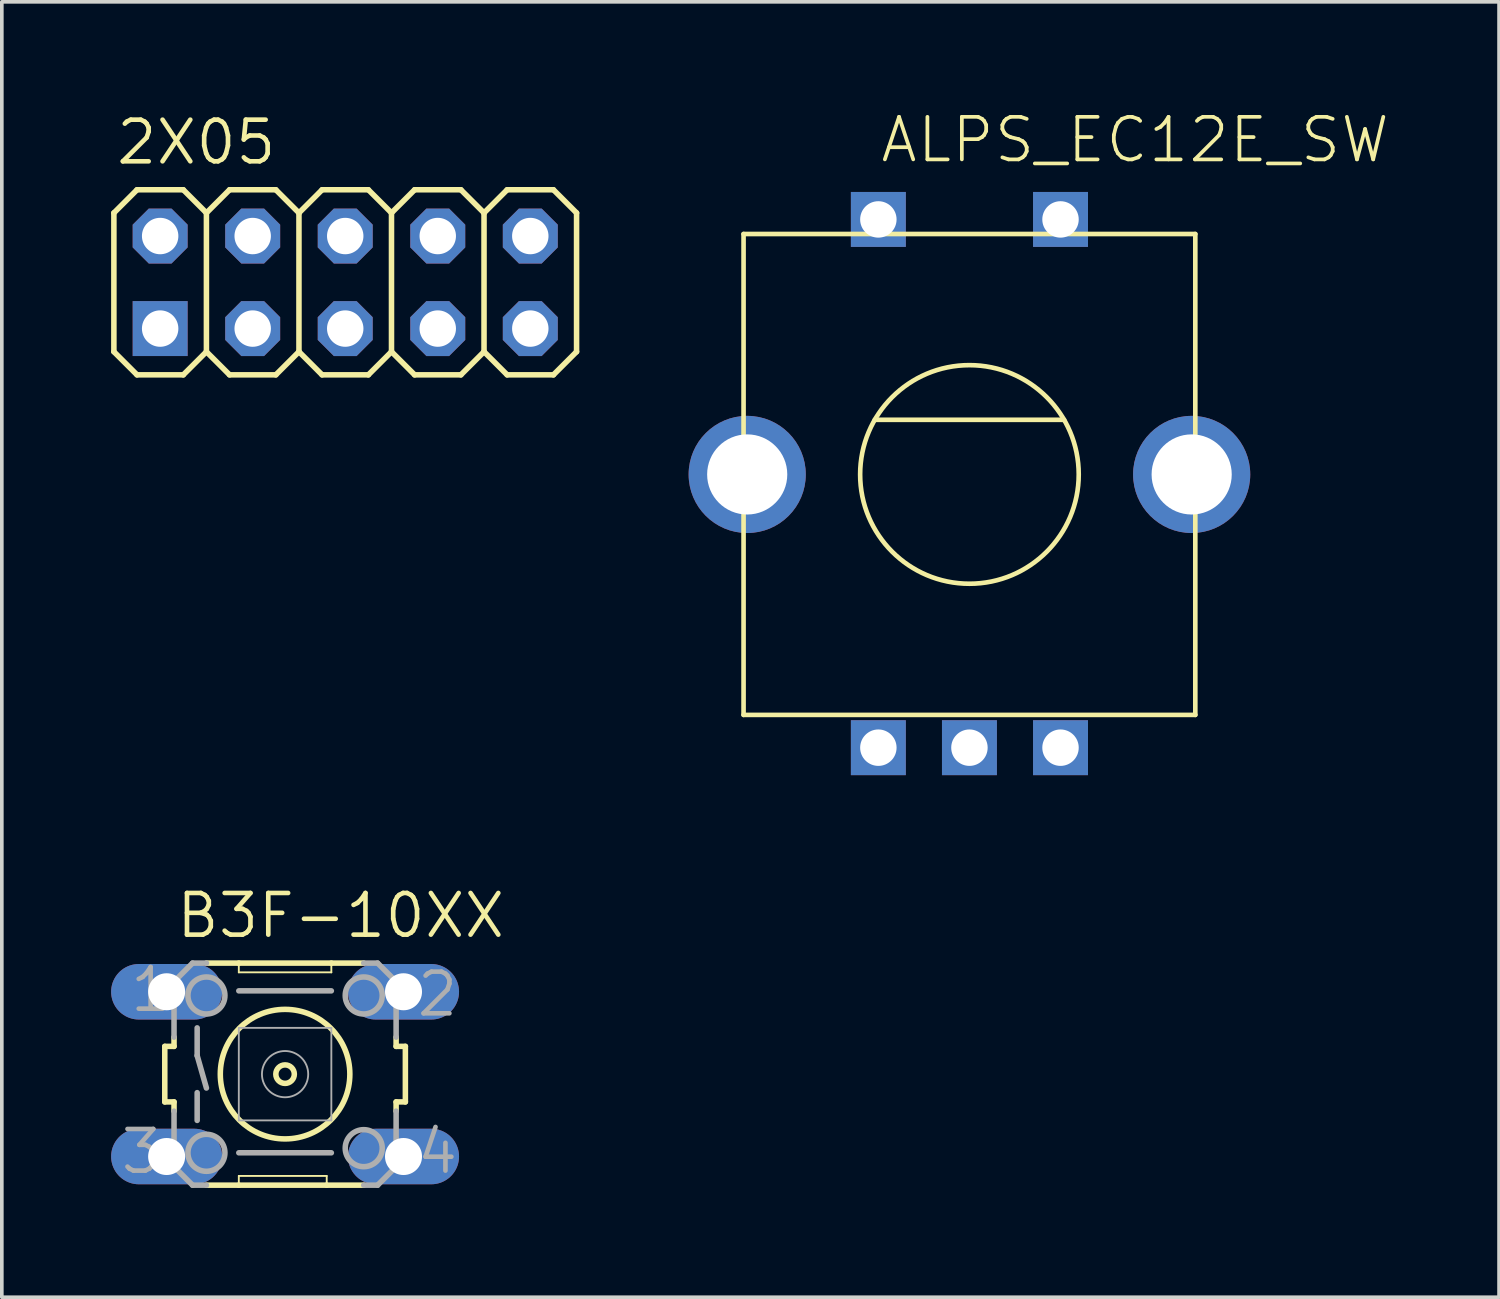
<source format=kicad_pcb>
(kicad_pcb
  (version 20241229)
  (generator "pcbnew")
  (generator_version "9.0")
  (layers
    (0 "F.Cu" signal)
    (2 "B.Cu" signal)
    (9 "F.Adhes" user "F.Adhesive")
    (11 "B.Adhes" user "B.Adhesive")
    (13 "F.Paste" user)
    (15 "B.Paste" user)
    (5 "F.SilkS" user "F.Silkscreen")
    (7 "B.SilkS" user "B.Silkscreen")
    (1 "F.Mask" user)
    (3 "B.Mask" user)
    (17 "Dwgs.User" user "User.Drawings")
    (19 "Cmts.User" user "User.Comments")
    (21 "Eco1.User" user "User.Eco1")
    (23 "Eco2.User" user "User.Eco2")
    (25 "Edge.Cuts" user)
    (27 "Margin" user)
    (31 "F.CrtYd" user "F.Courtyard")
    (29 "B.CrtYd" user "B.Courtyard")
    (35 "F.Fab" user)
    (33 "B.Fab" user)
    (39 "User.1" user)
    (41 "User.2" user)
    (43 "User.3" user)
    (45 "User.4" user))
  (footprint "2X05"
    (layer "F.Cu")
    (at 6.426 4.699)
    (property "Reference" "2X05" (at -6.35 -3.175 0) (layer "F.SilkS") (effects (font (size 1.143 1.143) (thickness 0.127)) (justify left bottom)))
    (fp_line (start -6.35 -1.905) (end -5.715 -2.54) (stroke (width 0.152) (type solid)) (layer "F.SilkS"))
    (fp_line (start -6.35 1.905) (end -6.35 -1.905) (stroke (width 0.152) (type solid)) (layer "F.SilkS"))
    (fp_line (start -6.35 1.905) (end -5.715 2.54) (stroke (width 0.152) (type solid)) (layer "F.SilkS"))
    (fp_line (start -5.715 -2.54) (end -4.445 -2.54) (stroke (width 0.152) (type solid)) (layer "F.SilkS"))
    (fp_line (start -5.715 2.54) (end -4.445 2.54) (stroke (width 0.152) (type solid)) (layer "F.SilkS"))
    (fp_line (start -4.445 -2.54) (end -3.81 -1.905) (stroke (width 0.152) (type solid)) (layer "F.SilkS"))
    (fp_line (start -4.445 2.54) (end -3.81 1.905) (stroke (width 0.152) (type solid)) (layer "F.SilkS"))
    (fp_line (start -3.81 -1.905) (end -3.81 1.905) (stroke (width 0.152) (type solid)) (layer "F.SilkS"))
    (fp_line (start -3.81 -1.905) (end -3.175 -2.54) (stroke (width 0.152) (type solid)) (layer "F.SilkS"))
    (fp_line (start -3.81 1.905) (end -3.175 2.54) (stroke (width 0.152) (type solid)) (layer "F.SilkS"))
    (fp_line (start -3.175 -2.54) (end -1.905 -2.54) (stroke (width 0.152) (type solid)) (layer "F.SilkS"))
    (fp_line (start -3.175 2.54) (end -1.905 2.54) (stroke (width 0.152) (type solid)) (layer "F.SilkS"))
    (fp_line (start -1.905 -2.54) (end -1.27 -1.905) (stroke (width 0.152) (type solid)) (layer "F.SilkS"))
    (fp_line (start -1.905 2.54) (end -1.27 1.905) (stroke (width 0.152) (type solid)) (layer "F.SilkS"))
    (fp_line (start -1.27 -1.905) (end -1.27 1.905) (stroke (width 0.152) (type solid)) (layer "F.SilkS"))
    (fp_line (start -1.27 -1.905) (end -0.635 -2.54) (stroke (width 0.152) (type solid)) (layer "F.SilkS"))
    (fp_line (start -1.27 1.905) (end -0.635 2.54) (stroke (width 0.152) (type solid)) (layer "F.SilkS"))
    (fp_line (start -0.635 -2.54) (end 0.635 -2.54) (stroke (width 0.152) (type solid)) (layer "F.SilkS"))
    (fp_line (start -0.635 2.54) (end 0.635 2.54) (stroke (width 0.152) (type solid)) (layer "F.SilkS"))
    (fp_line (start 0.635 -2.54) (end 1.27 -1.905) (stroke (width 0.152) (type solid)) (layer "F.SilkS"))
    (fp_line (start 0.635 2.54) (end 1.27 1.905) (stroke (width 0.152) (type solid)) (layer "F.SilkS"))
    (fp_line (start 1.27 -1.905) (end 1.27 1.905) (stroke (width 0.152) (type solid)) (layer "F.SilkS"))
    (fp_line (start 1.27 -1.905) (end 1.905 -2.54) (stroke (width 0.152) (type solid)) (layer "F.SilkS"))
    (fp_line (start 1.27 1.905) (end 1.905 2.54) (stroke (width 0.152) (type solid)) (layer "F.SilkS"))
    (fp_line (start 1.905 -2.54) (end 3.175 -2.54) (stroke (width 0.152) (type solid)) (layer "F.SilkS"))
    (fp_line (start 1.905 2.54) (end 3.175 2.54) (stroke (width 0.152) (type solid)) (layer "F.SilkS"))
    (fp_line (start 3.175 -2.54) (end 3.81 -1.905) (stroke (width 0.152) (type solid)) (layer "F.SilkS"))
    (fp_line (start 3.175 2.54) (end 3.81 1.905) (stroke (width 0.152) (type solid)) (layer "F.SilkS"))
    (fp_line (start 3.81 -1.905) (end 3.81 1.905) (stroke (width 0.152) (type solid)) (layer "F.SilkS"))
    (fp_line (start 3.81 -1.905) (end 4.445 -2.54) (stroke (width 0.152) (type solid)) (layer "F.SilkS"))
    (fp_line (start 3.81 1.905) (end 4.445 2.54) (stroke (width 0.152) (type solid)) (layer "F.SilkS"))
    (fp_line (start 4.445 -2.54) (end 5.715 -2.54) (stroke (width 0.152) (type solid)) (layer "F.SilkS"))
    (fp_line (start 4.445 2.54) (end 5.715 2.54) (stroke (width 0.152) (type solid)) (layer "F.SilkS"))
    (fp_line (start 5.715 -2.54) (end 6.35 -1.905) (stroke (width 0.152) (type solid)) (layer "F.SilkS"))
    (fp_line (start 5.715 2.54) (end 6.35 1.905) (stroke (width 0.152) (type solid)) (layer "F.SilkS"))
    (fp_line (start 6.35 -1.905) (end 6.35 1.905) (stroke (width 0.152) (type solid)) (layer "F.SilkS"))
    (fp_poly (pts (xy -5.334 -1.016) (xy -4.826 -1.016) (xy -4.826 -1.524) (xy -5.334 -1.524)) (stroke (width 0.1) (type default)) (fill no) (layer "F.Fab"))
    (fp_poly (pts (xy -5.334 1.524) (xy -4.826 1.524) (xy -4.826 1.016) (xy -5.334 1.016)) (stroke (width 0.1) (type default)) (fill no) (layer "F.Fab"))
    (fp_poly (pts (xy -2.794 -1.016) (xy -2.286 -1.016) (xy -2.286 -1.524) (xy -2.794 -1.524)) (stroke (width 0.1) (type default)) (fill no) (layer "F.Fab"))
    (fp_poly (pts (xy -2.794 1.524) (xy -2.286 1.524) (xy -2.286 1.016) (xy -2.794 1.016)) (stroke (width 0.1) (type default)) (fill no) (layer "F.Fab"))
    (fp_poly (pts (xy -0.254 -1.016) (xy 0.254 -1.016) (xy 0.254 -1.524) (xy -0.254 -1.524)) (stroke (width 0.1) (type default)) (fill no) (layer "F.Fab"))
    (fp_poly (pts (xy -0.254 1.524) (xy 0.254 1.524) (xy 0.254 1.016) (xy -0.254 1.016)) (stroke (width 0.1) (type default)) (fill no) (layer "F.Fab"))
    (fp_poly (pts (xy 2.286 -1.016) (xy 2.794 -1.016) (xy 2.794 -1.524) (xy 2.286 -1.524)) (stroke (width 0.1) (type default)) (fill no) (layer "F.Fab"))
    (fp_poly (pts (xy 2.286 1.524) (xy 2.794 1.524) (xy 2.794 1.016) (xy 2.286 1.016)) (stroke (width 0.1) (type default)) (fill no) (layer "F.Fab"))
    (fp_poly (pts (xy 4.826 -1.016) (xy 5.334 -1.016) (xy 5.334 -1.524) (xy 4.826 -1.524)) (stroke (width 0.1) (type default)) (fill no) (layer "F.Fab"))
    (fp_poly (pts (xy 4.826 1.524) (xy 5.334 1.524) (xy 5.334 1.016) (xy 4.826 1.016)) (stroke (width 0.1) (type default)) (fill no) (layer "F.Fab"))
    (pad "1" thru_hole rect (at -5.08 1.27) (size 1.508 1.508) (drill 1) (layers "*.Cu" "*.Mask"))
    (pad "2" thru_hole roundrect (at -5.08 -1.27) (size 1.508 1.508) (drill 1) (layers "*.Cu" "*.Mask") (roundrect_rratio 0.25) (chamfer_ratio 0.293) (chamfer top_left top_right bottom_left bottom_right))
    (pad "3" thru_hole roundrect (at -2.54 1.27) (size 1.508 1.508) (drill 1) (layers "*.Cu" "*.Mask") (roundrect_rratio 0.25) (chamfer_ratio 0.293) (chamfer top_left top_right bottom_left bottom_right))
    (pad "4" thru_hole roundrect (at -2.54 -1.27) (size 1.508 1.508) (drill 1) (layers "*.Cu" "*.Mask") (roundrect_rratio 0.25) (chamfer_ratio 0.293) (chamfer top_left top_right bottom_left bottom_right))
    (pad "5" thru_hole roundrect (at 0 1.27) (size 1.508 1.508) (drill 1) (layers "*.Cu" "*.Mask") (roundrect_rratio 0.25) (chamfer_ratio 0.293) (chamfer top_left top_right bottom_left bottom_right))
    (pad "6" thru_hole roundrect (at 0 -1.27) (size 1.508 1.508) (drill 1) (layers "*.Cu" "*.Mask") (roundrect_rratio 0.25) (chamfer_ratio 0.293) (chamfer top_left top_right bottom_left bottom_right))
    (pad "7" thru_hole roundrect (at 2.54 1.27) (size 1.508 1.508) (drill 1) (layers "*.Cu" "*.Mask") (roundrect_rratio 0.25) (chamfer_ratio 0.293) (chamfer top_left top_right bottom_left bottom_right))
    (pad "8" thru_hole roundrect (at 2.54 -1.27) (size 1.508 1.508) (drill 1) (layers "*.Cu" "*.Mask") (roundrect_rratio 0.25) (chamfer_ratio 0.293) (chamfer top_left top_right bottom_left bottom_right))
    (pad "9" thru_hole roundrect (at 5.08 1.27) (size 1.508 1.508) (drill 1) (layers "*.Cu" "*.Mask") (roundrect_rratio 0.25) (chamfer_ratio 0.293) (chamfer top_left top_right bottom_left bottom_right))
    (pad "10" thru_hole roundrect (at 5.08 -1.27) (size 1.508 1.508) (drill 1) (layers "*.Cu" "*.Mask") (roundrect_rratio 0.25) (chamfer_ratio 0.293) (chamfer top_left top_right bottom_left bottom_right)))
  (footprint "B3F-10XX"
    (layer "F.Cu")
    (at 4.775 26.434)
    (property "Reference" "B3F-10XX" (at -3.048 -3.683 0) (layer "F.SilkS") (effects (font (size 1.143 1.143) (thickness 0.127)) (justify left bottom)))
    (fp_line (start -3.302 -0.762) (end -3.302 0.762) (stroke (width 0.152) (type solid)) (layer "F.SilkS"))
    (fp_line (start -3.302 -0.762) (end -3.048 -0.762) (stroke (width 0.152) (type solid)) (layer "F.SilkS"))
    (fp_line (start -3.048 -0.762) (end -3.048 -1.016) (stroke (width 0.152) (type solid)) (layer "F.SilkS"))
    (fp_line (start -3.048 0.762) (end -3.302 0.762) (stroke (width 0.152) (type solid)) (layer "F.SilkS"))
    (fp_line (start -3.048 0.762) (end -3.048 1.016) (stroke (width 0.152) (type solid)) (layer "F.SilkS"))
    (fp_line (start -2.159 3.048) (end -1.27 3.048) (stroke (width 0.152) (type solid)) (layer "F.SilkS"))
    (fp_line (start -1.27 -3.048) (end -2.159 -3.048) (stroke (width 0.152) (type solid)) (layer "F.SilkS"))
    (fp_line (start -1.27 -3.048) (end -1.27 -2.794) (stroke (width 0.051) (type solid)) (layer "F.SilkS"))
    (fp_line (start -1.27 2.794) (end -1.27 3.048) (stroke (width 0.051) (type solid)) (layer "F.SilkS"))
    (fp_line (start -1.27 3.048) (end 1.143 3.048) (stroke (width 0.152) (type solid)) (layer "F.SilkS"))
    (fp_line (start 1.143 2.794) (end -1.27 2.794) (stroke (width 0.051) (type solid)) (layer "F.SilkS"))
    (fp_line (start 1.143 2.794) (end 1.143 3.048) (stroke (width 0.051) (type solid)) (layer "F.SilkS"))
    (fp_line (start 1.143 3.048) (end 2.159 3.048) (stroke (width 0.152) (type solid)) (layer "F.SilkS"))
    (fp_line (start 1.27 -3.048) (end -1.27 -3.048) (stroke (width 0.152) (type solid)) (layer "F.SilkS"))
    (fp_line (start 1.27 -2.794) (end -1.27 -2.794) (stroke (width 0.051) (type solid)) (layer "F.SilkS"))
    (fp_line (start 1.27 -2.794) (end 1.27 -3.048) (stroke (width 0.051) (type solid)) (layer "F.SilkS"))
    (fp_line (start 2.159 -3.048) (end 1.27 -3.048) (stroke (width 0.152) (type solid)) (layer "F.SilkS"))
    (fp_line (start 3.048 -0.762) (end 3.048 -1.016) (stroke (width 0.152) (type solid)) (layer "F.SilkS"))
    (fp_line (start 3.048 -0.762) (end 3.302 -0.762) (stroke (width 0.152) (type solid)) (layer "F.SilkS"))
    (fp_line (start 3.048 0.762) (end 3.048 1.016) (stroke (width 0.152) (type solid)) (layer "F.SilkS"))
    (fp_line (start 3.302 0.762) (end 3.048 0.762) (stroke (width 0.152) (type solid)) (layer "F.SilkS"))
    (fp_line (start 3.302 0.762) (end 3.302 -0.762) (stroke (width 0.152) (type solid)) (layer "F.SilkS"))
    (fp_circle (center 0 0) (end 0.254 0) (stroke (width 0.152) (type solid)) (fill no) (layer "F.SilkS"))
    (fp_circle (center 0 0) (end 1.778 0) (stroke (width 0.152) (type solid)) (fill no) (layer "F.SilkS"))
    (fp_line (start -3.048 -2.54) (end -3.048 -1.016) (stroke (width 0.152) (type solid)) (layer "F.Fab"))
    (fp_line (start -3.048 2.54) (end -3.048 1.016) (stroke (width 0.152) (type solid)) (layer "F.Fab"))
    (fp_line (start -2.54 -3.048) (end -3.048 -2.54) (stroke (width 0.152) (type solid)) (layer "F.Fab"))
    (fp_line (start -2.54 -3.048) (end -2.159 -3.048) (stroke (width 0.152) (type solid)) (layer "F.Fab"))
    (fp_line (start -2.54 3.048) (end -3.048 2.54) (stroke (width 0.152) (type solid)) (layer "F.Fab"))
    (fp_line (start -2.54 3.048) (end -2.159 3.048) (stroke (width 0.152) (type solid)) (layer "F.Fab"))
    (fp_line (start -2.413 -1.27) (end -2.413 -0.508) (stroke (width 0.152) (type solid)) (layer "F.Fab"))
    (fp_line (start -2.413 -0.508) (end -2.159 0.381) (stroke (width 0.152) (type solid)) (layer "F.Fab"))
    (fp_line (start -2.413 0.508) (end -2.413 1.27) (stroke (width 0.152) (type solid)) (layer "F.Fab"))
    (fp_line (start -1.27 -1.27) (end -1.27 1.27) (stroke (width 0.051) (type solid)) (layer "F.Fab"))
    (fp_line (start -1.27 -1.27) (end 1.27 -1.27) (stroke (width 0.051) (type solid)) (layer "F.Fab"))
    (fp_line (start -1.27 2.159) (end 1.27 2.159) (stroke (width 0.152) (type solid)) (layer "F.Fab"))
    (fp_line (start 1.27 -2.286) (end -1.27 -2.286) (stroke (width 0.152) (type solid)) (layer "F.Fab"))
    (fp_line (start 1.27 1.27) (end -1.27 1.27) (stroke (width 0.051) (type solid)) (layer "F.Fab"))
    (fp_line (start 1.27 1.27) (end 1.27 -1.27) (stroke (width 0.051) (type solid)) (layer "F.Fab"))
    (fp_line (start 2.54 -3.048) (end 2.159 -3.048) (stroke (width 0.152) (type solid)) (layer "F.Fab"))
    (fp_line (start 2.54 3.048) (end 2.159 3.048) (stroke (width 0.152) (type solid)) (layer "F.Fab"))
    (fp_line (start 2.54 3.048) (end 3.048 2.54) (stroke (width 0.152) (type solid)) (layer "F.Fab"))
    (fp_line (start 3.048 -2.54) (end 2.54 -3.048) (stroke (width 0.152) (type solid)) (layer "F.Fab"))
    (fp_line (start 3.048 -1.016) (end 3.048 -2.54) (stroke (width 0.152) (type solid)) (layer "F.Fab"))
    (fp_line (start 3.048 2.54) (end 3.048 1.016) (stroke (width 0.152) (type solid)) (layer "F.Fab"))
    (fp_circle (center -2.159 -2.159) (end -1.651 -2.159) (stroke (width 0.152) (type solid)) (fill no) (layer "F.Fab"))
    (fp_circle (center -2.159 2.159) (end -1.651 2.159) (stroke (width 0.152) (type solid)) (fill no) (layer "F.Fab"))
    (fp_circle (center 0 0) (end 0.635 0) (stroke (width 0.051) (type solid)) (fill no) (layer "F.Fab"))
    (fp_circle (center 2.159 -2.159) (end 2.667 -2.159) (stroke (width 0.152) (type solid)) (fill no) (layer "F.Fab"))
    (fp_circle (center 2.159 2.032) (end 2.667 2.032) (stroke (width 0.152) (type solid)) (fill no) (layer "F.Fab"))
    (fp_text user "1" (at -4.318 -1.651 0) (layer "F.Fab") (effects (font (size 1.143 1.143) (thickness 0.127)) (justify left bottom)))
    (fp_text user "3" (at -4.572 2.794 0) (layer "F.Fab") (effects (font (size 1.143 1.143) (thickness 0.127)) (justify left bottom)))
    (fp_text user "2" (at 3.556 -1.524 0) (layer "F.Fab") (effects (font (size 1.143 1.143) (thickness 0.127)) (justify left bottom)))
    (fp_text user "4" (at 3.556 2.794 0) (layer "F.Fab") (effects (font (size 1.143 1.143) (thickness 0.127)) (justify left bottom)))
    (pad "1" thru_hole oval (at -3.251 -2.261) (size 3.048 1.524) (drill 1.016) (layers "*.Cu" "*.Mask"))
    (pad "2" thru_hole oval (at 3.251 -2.261) (size 3.048 1.524) (drill 1.016) (layers "*.Cu" "*.Mask"))
    (pad "3" thru_hole oval (at -3.251 2.261) (size 3.048 1.524) (drill 1.016) (layers "*.Cu" "*.Mask"))
    (pad "4" thru_hole oval (at 3.251 2.261) (size 3.048 1.524) (drill 1.016) (layers "*.Cu" "*.Mask")))
  (footprint "ALPS_EC12E_SW"
    (layer "F.Cu")
    (at 23.56 9.973)
    (property "Reference" "ALPS_EC12E_SW" (at -2.5 -8.5 0) (layer "F.SilkS") (effects (font (size 1.168 1.168) (thickness 0.102)) (justify left bottom)))
    (fp_line (start -6.2 -6.6) (end -6.2 6.6) (stroke (width 0.127) (type solid)) (layer "F.SilkS"))
    (fp_line (start -6.2 6.6) (end 6.2 6.6) (stroke (width 0.127) (type solid)) (layer "F.SilkS"))
    (fp_line (start -2.6 -1.5) (end 2.6 -1.5) (stroke (width 0.127) (type solid)) (layer "F.SilkS"))
    (fp_line (start 6.2 -6.6) (end -6.2 -6.6) (stroke (width 0.127) (type solid)) (layer "F.SilkS"))
    (fp_line (start 6.2 6.6) (end 6.2 -6.6) (stroke (width 0.127) (type solid)) (layer "F.SilkS"))
    (fp_circle (center 0 0) (end 3 0) (stroke (width 0.127) (type solid)) (fill no) (layer "F.SilkS"))
    (pad "A" thru_hole rect (at -2.5 7.5) (size 1.508 1.508) (drill 1) (layers "*.Cu" "*.Mask"))
    (pad "B" thru_hole rect (at 2.5 7.5) (size 1.508 1.508) (drill 1) (layers "*.Cu" "*.Mask"))
    (pad "C" thru_hole rect (at 0 7.5) (size 1.508 1.508) (drill 1) (layers "*.Cu" "*.Mask"))
    (pad "D" thru_hole rect (at -2.5 -7) (size 1.508 1.508) (drill 1) (layers "*.Cu" "*.Mask"))
    (pad "E" thru_hole rect (at 2.5 -7) (size 1.508 1.508) (drill 1) (layers "*.Cu" "*.Mask"))
    (pad "GND1" thru_hole circle (at -6.1 0) (size 3.216 3.216) (drill 2.2) (layers "*.Cu" "*.Mask"))
    (pad "GND2" thru_hole circle (at 6.1 0) (size 3.216 3.216) (drill 2.2) (layers "*.Cu" "*.Mask")))
  (gr_rect
    (start -3 -3)
    (end 38.097 32.558)
    (stroke (width 0.1) (type default))
    (fill no)
    (layer "Edge.Cuts")))
</source>
